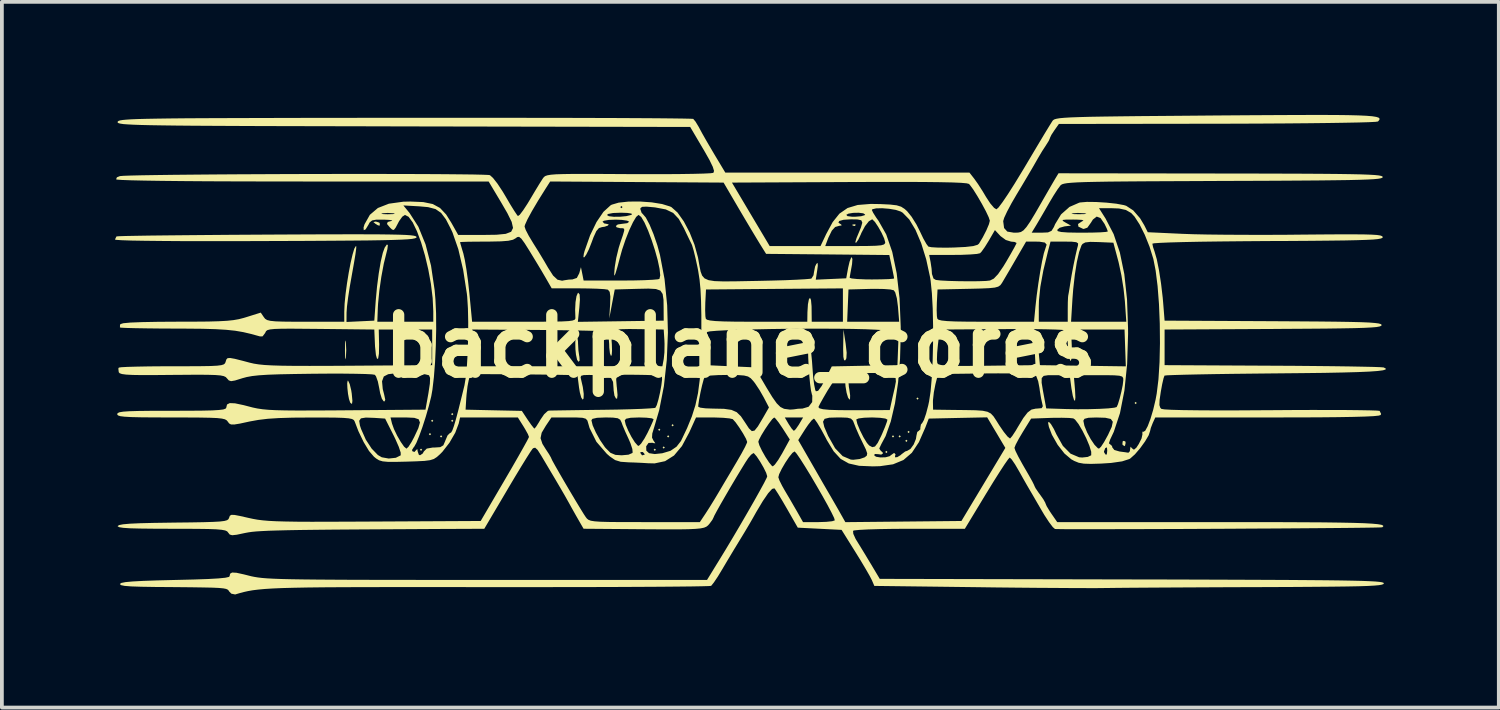
<source format=kicad_pcb>
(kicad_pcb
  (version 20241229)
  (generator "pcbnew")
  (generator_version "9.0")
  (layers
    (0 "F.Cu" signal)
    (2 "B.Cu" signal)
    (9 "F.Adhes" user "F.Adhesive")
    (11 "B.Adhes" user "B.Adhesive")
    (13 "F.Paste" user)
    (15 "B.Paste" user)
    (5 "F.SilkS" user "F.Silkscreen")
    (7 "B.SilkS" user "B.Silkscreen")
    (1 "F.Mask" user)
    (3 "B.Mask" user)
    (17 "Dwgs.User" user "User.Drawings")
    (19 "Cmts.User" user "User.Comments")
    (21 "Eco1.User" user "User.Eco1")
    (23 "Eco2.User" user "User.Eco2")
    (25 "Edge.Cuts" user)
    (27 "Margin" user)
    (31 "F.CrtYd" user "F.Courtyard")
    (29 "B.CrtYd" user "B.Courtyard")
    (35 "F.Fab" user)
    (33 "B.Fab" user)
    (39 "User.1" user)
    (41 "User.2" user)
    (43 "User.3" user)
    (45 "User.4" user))
  (footprint "backplane_cores"
    (layer "F.Cu")
    (at 16.599 6.137)
    (property "Reference" "backplane_cores" (at 0 0 0) (layer "F.SilkS") (effects (font (size 1.524 1.524) (thickness 0.3))))
    (attr board_only exclude_from_pos_files exclude_from_bom)
    (fp_poly (pts (xy -8.447 2.747) (xy -8.477 2.776) (xy -8.506 2.747) (xy -8.477 2.717)) (stroke (width 0) (type solid)) (fill yes) (layer "F.SilkS"))
    (fp_poly (pts (xy -8.211 2.333) (xy -8.24 2.363) (xy -8.27 2.333) (xy -8.24 2.304)) (stroke (width 0) (type solid)) (fill yes) (layer "F.SilkS"))
    (fp_poly (pts (xy -8.152 1.979) (xy -8.181 2.008) (xy -8.211 1.979) (xy -8.181 1.949)) (stroke (width 0) (type solid)) (fill yes) (layer "F.SilkS"))
    (fp_poly (pts (xy -7.915 2.392) (xy -7.945 2.422) (xy -7.974 2.392) (xy -7.945 2.363)) (stroke (width 0) (type solid)) (fill yes) (layer "F.SilkS"))
    (fp_poly (pts (xy -7.62 1.802) (xy -7.65 1.831) (xy -7.679 1.802) (xy -7.65 1.772)) (stroke (width 0) (type solid)) (fill yes) (layer "F.SilkS"))
    (fp_poly (pts (xy -7.62 1.979) (xy -7.65 2.008) (xy -7.679 1.979) (xy -7.65 1.949)) (stroke (width 0) (type solid)) (fill yes) (layer "F.SilkS"))
    (fp_poly (pts (xy -2.245 2.747) (xy -2.274 2.776) (xy -2.304 2.747) (xy -2.274 2.717)) (stroke (width 0) (type solid)) (fill yes) (layer "F.SilkS"))
    (fp_poly (pts (xy -2.127 2.215) (xy -2.156 2.245) (xy -2.186 2.215) (xy -2.156 2.186)) (stroke (width 0) (type solid)) (fill yes) (layer "F.SilkS"))
    (fp_poly (pts (xy -2.008 2.688) (xy -2.038 2.717) (xy -2.067 2.688) (xy -2.038 2.658)) (stroke (width 0) (type solid)) (fill yes) (layer "F.SilkS"))
    (fp_poly (pts (xy -1.89 2.392) (xy -1.92 2.422) (xy -1.949 2.392) (xy -1.92 2.363)) (stroke (width 0) (type solid)) (fill yes) (layer "F.SilkS"))
    (fp_poly (pts (xy -1.772 2.097) (xy -1.802 2.127) (xy -1.831 2.097) (xy -1.802 2.067)) (stroke (width 0) (type solid)) (fill yes) (layer "F.SilkS"))
    (fp_poly (pts (xy 3.899 2.806) (xy 3.869 2.835) (xy 3.84 2.806) (xy 3.869 2.776)) (stroke (width 0) (type solid)) (fill yes) (layer "F.SilkS"))
    (fp_poly (pts (xy 4.076 2.392) (xy 4.046 2.422) (xy 4.017 2.392) (xy 4.046 2.363)) (stroke (width 0) (type solid)) (fill yes) (layer "F.SilkS"))
    (fp_poly (pts (xy 4.253 2.392) (xy 4.223 2.422) (xy 4.194 2.392) (xy 4.223 2.363)) (stroke (width 0) (type solid)) (fill yes) (layer "F.SilkS"))
    (fp_poly (pts (xy 4.43 2.51) (xy 4.401 2.54) (xy 4.371 2.51) (xy 4.401 2.481)) (stroke (width 0) (type solid)) (fill yes) (layer "F.SilkS"))
    (fp_poly (pts (xy 4.489 2.274) (xy 4.46 2.304) (xy 4.43 2.274) (xy 4.46 2.245)) (stroke (width 0) (type solid)) (fill yes) (layer "F.SilkS"))
    (fp_poly (pts (xy 4.726 1.388) (xy 4.696 1.418) (xy 4.667 1.388) (xy 4.696 1.359)) (stroke (width 0) (type solid)) (fill yes) (layer "F.SilkS"))
    (fp_poly (pts (xy 10.514 1.506) (xy 10.485 1.536) (xy 10.455 1.506) (xy 10.485 1.477)) (stroke (width 0) (type solid)) (fill yes) (layer "F.SilkS"))
    (fp_poly (pts (xy 3.052 -3.229) (xy 3.044 -3.194) (xy 3.013 -3.19) (xy 2.964 -3.211) (xy 2.973 -3.229) (xy 3.043 -3.236)) (stroke (width 0) (type solid)) (fill yes) (layer "F.SilkS"))
    (fp_poly (pts (xy 10.21 2.524) (xy 10.219 2.566) (xy 10.2 2.651) (xy 10.148 2.626) (xy 10.133 2.603) (xy 10.14 2.527) (xy 10.159 2.511)) (stroke (width 0) (type solid)) (fill yes) (layer "F.SilkS"))
    (fp_poly (pts (xy -9.585 -3.28) (xy -9.569 -3.249) (xy -9.578 -3.197) (xy -9.63 -3.213) (xy -9.687 -3.249) (xy -9.742 -3.295) (xy -9.686 -3.307) (xy -9.673 -3.307)) (stroke (width 0) (type solid)) (fill yes) (layer "F.SilkS"))
    (fp_poly (pts (xy 2.79 -0.068) (xy 2.817 0.174) (xy 2.809 0.32) (xy 2.782 0.372) (xy 2.748 0.372) (xy 2.729 0.281) (xy 2.724 0.087) (xy 2.725 -0.003) (xy 2.732 -0.443)) (stroke (width 0) (type solid)) (fill yes) (layer "F.SilkS"))
    (fp_poly (pts (xy -10.474 -0.127) (xy -10.471 -0.102) (xy -10.462 0.107) (xy -10.471 0.305) (xy -10.472 0.311) (xy -10.483 0.352) (xy -10.491 0.289) (xy -10.495 0.135) (xy -10.495 0.089) (xy -10.492 -0.079) (xy -10.485 -0.155)) (stroke (width 0) (type solid)) (fill yes) (layer "F.SilkS"))
    (fp_poly (pts (xy -10.411 0.916) (xy -10.369 1.006) (xy -10.33 1.167) (xy -10.316 1.255) (xy -10.298 1.449) (xy -10.309 1.532) (xy -10.348 1.506) (xy -10.358 1.492) (xy -10.389 1.401) (xy -10.415 1.262) (xy -10.431 1.11) (xy -10.436 0.982) (xy -10.424 0.914)) (stroke (width 0) (type solid)) (fill yes) (layer "F.SilkS"))
    (fp_poly (pts (xy -4.328 -0.241) (xy -4.312 -0.124) (xy -4.311 -0.077) (xy -4.301 0.11) (xy -4.278 0.268) (xy -4.275 0.281) (xy -4.269 0.383) (xy -4.3 0.413) (xy -4.336 0.36) (xy -4.366 0.222) (xy -4.38 0.083) (xy -4.384 -0.102) (xy -4.373 -0.234) (xy -4.356 -0.275)) (stroke (width 0) (type solid)) (fill yes) (layer "F.SilkS"))
    (fp_poly (pts (xy -10.031 -2.97) (xy -9.635 -2.969) (xy -9.318 -2.965) (xy -9.07 -2.96) (xy -8.884 -2.953) (xy -8.752 -2.944) (xy -8.665 -2.932) (xy -8.616 -2.918) (xy -8.596 -2.901) (xy -8.595 -2.894) (xy -8.606 -2.877) (xy -8.644 -2.862) (xy -8.717 -2.848) (xy -8.833 -2.837) (xy -9.001 -2.828) (xy -9.228 -2.82) (xy -9.522 -2.813) (xy -9.891 -2.807) (xy -10.343 -2.803) (xy -10.886 -2.799) (xy -11.528 -2.795) (xy -12.278 -2.792) (xy -12.597 -2.791) (xy -13.412 -2.788) (xy -14.145 -2.788) (xy -14.792 -2.789) (xy -15.347 -2.793) (xy -15.807 -2.798) (xy -16.167 -2.804) (xy -16.421 -2.813) (xy -16.565 -2.823) (xy -16.599 -2.831) (xy -16.56 -2.911) (xy -16.554 -2.914) (xy -16.489 -2.919) (xy -16.316 -2.925) (xy -16.044 -2.93) (xy -15.683 -2.936) (xy -15.243 -2.941) (xy -14.735 -2.946) (xy -14.167 -2.951) (xy -13.549 -2.956) (xy -12.892 -2.96) (xy -12.552 -2.962) (xy -11.765 -2.966) (xy -11.088 -2.969) (xy -10.512 -2.97)) (stroke (width 0) (type solid)) (fill yes) (layer "F.SilkS"))
    (fp_poly (pts (xy 15.757 -6.136) (xy 16.112 -6.132) (xy 16.394 -6.125) (xy 16.609 -6.115) (xy 16.765 -6.102) (xy 16.87 -6.085) (xy 16.932 -6.065) (xy 16.957 -6.04) (xy 16.953 -6.01) (xy 16.927 -5.976) (xy 16.914 -5.963) (xy 16.848 -5.954) (xy 16.672 -5.945) (xy 16.397 -5.937) (xy 16.03 -5.93) (xy 15.582 -5.923) (xy 15.062 -5.917) (xy 14.478 -5.912) (xy 13.84 -5.908) (xy 13.156 -5.905) (xy 12.655 -5.904) (xy 8.448 -5.898) (xy 8.33 -5.731) (xy 8.249 -5.608) (xy 8.211 -5.528) (xy 8.211 -5.523) (xy 8.18 -5.451) (xy 8.105 -5.332) (xy 8.101 -5.325) (xy 8.005 -5.178) (xy 7.891 -4.986) (xy 7.844 -4.903) (xy 7.752 -4.743) (xy 7.618 -4.515) (xy 7.462 -4.252) (xy 7.333 -4.038) (xy 7.19 -3.792) (xy 7.074 -3.574) (xy 6.996 -3.407) (xy 6.97 -3.319) (xy 6.994 -3.136) (xy 7.08 -3.042) (xy 7.251 -3.013) (xy 7.271 -3.013) (xy 7.364 -3.015) (xy 7.44 -3.031) (xy 7.51 -3.076) (xy 7.588 -3.163) (xy 7.686 -3.306) (xy 7.816 -3.521) (xy 7.989 -3.82) (xy 8.034 -3.899) (xy 8.16 -4.117) (xy 8.271 -4.309) (xy 8.349 -4.442) (xy 8.363 -4.465) (xy 8.438 -4.589) (xy 12.74 -4.583) (xy 13.563 -4.582) (xy 14.277 -4.58) (xy 14.887 -4.578) (xy 15.403 -4.575) (xy 15.831 -4.571) (xy 16.18 -4.566) (xy 16.457 -4.56) (xy 16.67 -4.552) (xy 16.826 -4.543) (xy 16.934 -4.532) (xy 17 -4.519) (xy 17.034 -4.504) (xy 17.042 -4.489) (xy 17.031 -4.472) (xy 16.993 -4.457) (xy 16.921 -4.444) (xy 16.806 -4.433) (xy 16.641 -4.424) (xy 16.419 -4.416) (xy 16.13 -4.409) (xy 15.768 -4.404) (xy 15.325 -4.399) (xy 14.792 -4.395) (xy 14.163 -4.391) (xy 13.43 -4.388) (xy 12.812 -4.386) (xy 12.001 -4.382) (xy 11.3 -4.379) (xy 10.7 -4.376) (xy 10.194 -4.372) (xy 9.774 -4.368) (xy 9.431 -4.362) (xy 9.156 -4.356) (xy 8.943 -4.348) (xy 8.782 -4.338) (xy 8.666 -4.327) (xy 8.586 -4.313) (xy 8.535 -4.298) (xy 8.503 -4.279) (xy 8.49 -4.267) (xy 8.414 -4.164) (xy 8.305 -3.995) (xy 8.195 -3.81) (xy 8.067 -3.588) (xy 7.941 -3.372) (xy 7.86 -3.234) (xy 7.726 -3.013) (xy 7.992 -3.013) (xy 8.159 -3.02) (xy 8.252 -3.061) (xy 8.268 -3.086) (xy 8.402 -3.086) (xy 8.42 -3.053) (xy 8.51 -3.031) (xy 8.684 -3.018) (xy 8.959 -3.013) (xy 9.062 -3.013) (xy 9.331 -3.015) (xy 9.55 -3.022) (xy 9.696 -3.033) (xy 9.747 -3.045) (xy 9.722 -3.115) (xy 9.663 -3.239) (xy 9.66 -3.245) (xy 9.553 -3.401) (xy 9.452 -3.44) (xy 9.351 -3.362) (xy 9.301 -3.282) (xy 9.204 -3.146) (xy 9.107 -3.112) (xy 9.087 -3.116) (xy 8.966 -3.173) (xy 8.956 -3.243) (xy 9.049 -3.305) (xy 9.101 -3.335) (xy 9.063 -3.352) (xy 8.924 -3.36) (xy 8.831 -3.361) (xy 8.64 -3.36) (xy 8.552 -3.351) (xy 8.55 -3.327) (xy 8.621 -3.283) (xy 8.623 -3.282) (xy 8.77 -3.2) (xy 8.598 -3.18) (xy 8.467 -3.143) (xy 8.402 -3.086) (xy 8.268 -3.086) (xy 8.316 -3.164) (xy 8.348 -3.24) (xy 8.504 -3.496) (xy 8.524 -3.515) (xy 8.78 -3.515) (xy 8.847 -3.506) (xy 8.979 -3.503) (xy 9.124 -3.506) (xy 9.179 -3.516) (xy 9.141 -3.527) (xy 8.95 -3.537) (xy 8.816 -3.527) (xy 8.78 -3.515) (xy 8.524 -3.515) (xy 8.691 -3.662) (xy 9.513 -3.662) (xy 9.687 -3.387) (xy 9.901 -2.975) (xy 10.066 -2.486) (xy 10.184 -1.913) (xy 10.256 -1.246) (xy 10.283 -0.48) (xy 10.284 -0.325) (xy 10.259 0.475) (xy 10.187 1.176) (xy 10.069 1.776) (xy 9.905 2.271) (xy 9.809 2.475) (xy 9.775 2.577) (xy 9.804 2.599) (xy 9.858 2.647) (xy 9.865 2.684) (xy 9.919 2.753) (xy 10.057 2.793) (xy 10.202 2.812) (xy 10.291 2.826) (xy 10.293 2.826) (xy 10.331 2.786) (xy 10.338 2.732) (xy 10.349 2.665) (xy 10.39 2.71) (xy 10.392 2.712) (xy 10.44 2.746) (xy 10.504 2.692) (xy 10.568 2.594) (xy 10.641 2.448) (xy 10.666 2.334) (xy 10.663 2.315) (xy 10.665 2.265) (xy 10.688 2.272) (xy 10.739 2.243) (xy 10.805 2.121) (xy 10.878 1.928) (xy 10.95 1.687) (xy 11.013 1.421) (xy 11.043 1.261) (xy 11.09 0.879) (xy 11.119 0.422) (xy 11.13 -0.082) (xy 11.125 -0.604) (xy 11.104 -1.118) (xy 11.067 -1.596) (xy 11.015 -2.01) (xy 10.955 -2.314) (xy 10.854 -2.64) (xy 10.728 -2.955) (xy 10.59 -3.231) (xy 10.454 -3.441) (xy 10.366 -3.535) (xy 10.225 -3.616) (xy 10.044 -3.655) (xy 9.858 -3.662) (xy 9.513 -3.662) (xy 8.691 -3.662) (xy 8.728 -3.696) (xy 8.987 -3.809) (xy 9.013 -3.815) (xy 9.192 -3.83) (xy 9.439 -3.827) (xy 9.712 -3.81) (xy 9.971 -3.782) (xy 10.172 -3.745) (xy 10.234 -3.726) (xy 10.421 -3.604) (xy 10.602 -3.396) (xy 10.713 -3.211) (xy 10.806 -3.025) (xy 11.733 -2.982) (xy 12.015 -2.972) (xy 12.395 -2.964) (xy 12.849 -2.959) (xy 13.357 -2.956) (xy 13.898 -2.955) (xy 14.45 -2.957) (xy 14.851 -2.961) (xy 15.423 -2.966) (xy 15.888 -2.969) (xy 16.256 -2.969) (xy 16.538 -2.967) (xy 16.746 -2.961) (xy 16.889 -2.952) (xy 16.979 -2.938) (xy 17.026 -2.92) (xy 17.041 -2.898) (xy 17.042 -2.894) (xy 17.03 -2.874) (xy 16.99 -2.858) (xy 16.911 -2.843) (xy 16.785 -2.831) (xy 16.602 -2.822) (xy 16.354 -2.814) (xy 16.032 -2.807) (xy 15.626 -2.802) (xy 15.126 -2.797) (xy 14.525 -2.793) (xy 13.985 -2.791) (xy 13.323 -2.786) (xy 12.725 -2.78) (xy 12.2 -2.773) (xy 11.754 -2.764) (xy 11.397 -2.754) (xy 11.135 -2.743) (xy 10.976 -2.732) (xy 10.928 -2.721) (xy 10.947 -2.629) (xy 10.986 -2.514) (xy 11.046 -2.306) (xy 11.105 -2.012) (xy 11.159 -1.663) (xy 11.203 -1.289) (xy 11.215 -1.152) (xy 11.253 -0.679) (xy 14.132 -0.664) (xy 14.798 -0.66) (xy 15.354 -0.656) (xy 15.812 -0.651) (xy 16.178 -0.645) (xy 16.465 -0.638) (xy 16.679 -0.629) (xy 16.832 -0.617) (xy 16.932 -0.604) (xy 16.988 -0.588) (xy 17.011 -0.569) (xy 17.012 -0.561) (xy 17 -0.541) (xy 16.957 -0.524) (xy 16.874 -0.509) (xy 16.741 -0.498) (xy 16.55 -0.488) (xy 16.291 -0.48) (xy 15.954 -0.474) (xy 15.531 -0.468) (xy 15.012 -0.464) (xy 14.387 -0.46) (xy 14.132 -0.458) (xy 11.253 -0.443) (xy 11.253 0.502) (xy 14.118 0.517) (xy 14.69 0.52) (xy 15.228 0.525) (xy 15.72 0.53) (xy 16.153 0.536) (xy 16.515 0.543) (xy 16.796 0.549) (xy 16.983 0.556) (xy 17.065 0.563) (xy 17.066 0.563) (xy 17.122 0.592) (xy 17.118 0.617) (xy 17.048 0.639) (xy 16.907 0.657) (xy 16.686 0.673) (xy 16.38 0.686) (xy 15.982 0.697) (xy 15.485 0.707) (xy 14.884 0.714) (xy 14.171 0.721) (xy 14.163 0.721) (xy 13.592 0.727) (xy 13.056 0.733) (xy 12.568 0.74) (xy 12.14 0.748) (xy 11.783 0.756) (xy 11.508 0.764) (xy 11.328 0.771) (xy 11.253 0.779) (xy 11.251 0.779) (xy 11.225 0.851) (xy 11.189 1.006) (xy 11.152 1.209) (xy 11.12 1.429) (xy 11.115 1.561) (xy 11.14 1.635) (xy 11.169 1.663) (xy 11.249 1.676) (xy 11.441 1.687) (xy 11.739 1.695) (xy 12.137 1.7) (xy 12.631 1.703) (xy 13.213 1.702) (xy 13.878 1.698) (xy 14.071 1.697) (xy 14.639 1.693) (xy 15.171 1.691) (xy 15.656 1.692) (xy 16.081 1.693) (xy 16.436 1.697) (xy 16.709 1.702) (xy 16.887 1.708) (xy 16.959 1.716) (xy 16.959 1.717) (xy 16.997 1.793) (xy 16.987 1.825) (xy 16.935 1.841) (xy 16.8 1.855) (xy 16.576 1.866) (xy 16.257 1.875) (xy 15.84 1.882) (xy 15.32 1.887) (xy 14.691 1.889) (xy 13.976 1.89) (xy 11.006 1.89) (xy 10.937 2.041) (xy 10.887 2.17) (xy 10.869 2.247) (xy 10.831 2.362) (xy 10.734 2.527) (xy 10.604 2.707) (xy 10.465 2.869) (xy 10.342 2.979) (xy 10.316 2.994) (xy 10.126 3.055) (xy 9.832 3.097) (xy 9.569 3.114) (xy 9.297 3.122) (xy 9.11 3.116) (xy 8.974 3.092) (xy 8.858 3.045) (xy 8.778 3.001) (xy 8.596 2.847) (xy 8.415 2.616) (xy 8.263 2.349) (xy 8.183 2.141) (xy 8.161 2.028) (xy 8.183 2.007) (xy 8.238 2.067) (xy 8.315 2.196) (xy 8.381 2.336) (xy 8.554 2.644) (xy 8.757 2.85) (xy 8.985 2.947) (xy 9.068 2.953) (xy 9.214 2.937) (xy 9.303 2.895) (xy 9.306 2.891) (xy 9.306 2.799) (xy 9.304 2.795) (xy 9.644 2.795) (xy 9.655 2.83) (xy 9.701 2.888) (xy 9.723 2.849) (xy 9.731 2.767) (xy 9.723 2.684) (xy 9.678 2.703) (xy 9.644 2.795) (xy 9.304 2.795) (xy 9.257 2.639) (xy 9.174 2.442) (xy 9.073 2.241) (xy 8.969 2.065) (xy 8.9 1.976) (xy 9.097 1.976) (xy 9.125 2.111) (xy 9.196 2.285) (xy 9.292 2.465) (xy 9.394 2.616) (xy 9.482 2.706) (xy 9.513 2.717) (xy 9.565 2.668) (xy 9.649 2.54) (xy 9.748 2.36) (xy 9.751 2.355) (xy 9.85 2.141) (xy 9.879 2.005) (xy 9.826 1.93) (xy 9.679 1.898) (xy 9.436 1.891) (xy 9.234 1.898) (xy 9.128 1.925) (xy 9.097 1.976) (xy 9.097 1.976) (xy 8.9 1.976) (xy 8.877 1.946) (xy 8.831 1.915) (xy 8.719 1.903) (xy 8.525 1.898) (xy 8.286 1.9) (xy 8.212 1.902) (xy 7.711 1.92) (xy 7.492 2.274) (xy 7.382 2.46) (xy 7.302 2.611) (xy 7.269 2.696) (xy 7.269 2.698) (xy 7.296 2.777) (xy 7.371 2.929) (xy 7.48 3.127) (xy 7.531 3.216) (xy 7.65 3.421) (xy 7.742 3.586) (xy 7.792 3.686) (xy 7.797 3.703) (xy 7.83 3.769) (xy 7.912 3.889) (xy 7.945 3.933) (xy 8.038 4.065) (xy 8.089 4.157) (xy 8.093 4.172) (xy 8.124 4.244) (xy 8.202 4.373) (xy 8.248 4.442) (xy 8.404 4.667) (xy 12.705 4.667) (xy 13.552 4.667) (xy 14.289 4.668) (xy 14.921 4.671) (xy 15.455 4.674) (xy 15.9 4.68) (xy 16.26 4.687) (xy 16.544 4.696) (xy 16.758 4.708) (xy 16.91 4.722) (xy 17.005 4.738) (xy 17.051 4.758) (xy 17.056 4.781) (xy 17.027 4.805) (xy 16.965 4.808) (xy 16.795 4.812) (xy 16.531 4.816) (xy 16.182 4.82) (xy 15.76 4.824) (xy 15.276 4.828) (xy 14.743 4.832) (xy 14.17 4.836) (xy 13.57 4.839) (xy 12.954 4.843) (xy 12.332 4.846) (xy 11.718 4.849) (xy 11.12 4.851) (xy 10.552 4.853) (xy 10.025 4.854) (xy 9.548 4.855) (xy 9.135 4.855) (xy 8.797 4.855) (xy 8.544 4.854) (xy 8.388 4.851) (xy 8.345 4.85) (xy 8.286 4.799) (xy 8.187 4.668) (xy 8.063 4.479) (xy 7.991 4.357) (xy 7.861 4.134) (xy 7.749 3.941) (xy 7.671 3.808) (xy 7.65 3.772) (xy 7.592 3.672) (xy 7.497 3.505) (xy 7.39 3.314) (xy 7.285 3.135) (xy 7.197 3.006) (xy 7.145 2.954) (xy 7.144 2.953) (xy 7.1 3.002) (xy 7.006 3.136) (xy 6.873 3.34) (xy 6.71 3.598) (xy 6.528 3.895) (xy 6.525 3.899) (xy 5.953 4.844) (xy 4.486 4.844) (xy 4.068 4.846) (xy 3.698 4.852) (xy 3.389 4.861) (xy 3.158 4.873) (xy 3.02 4.887) (xy 2.986 4.898) (xy 2.993 4.978) (xy 3.053 5.11) (xy 3.076 5.149) (xy 3.167 5.296) (xy 3.294 5.504) (xy 3.43 5.73) (xy 3.448 5.759) (xy 3.695 6.173) (xy 10.383 6.188) (xy 11.424 6.19) (xy 12.353 6.193) (xy 13.176 6.196) (xy 13.899 6.199) (xy 14.529 6.202) (xy 15.072 6.206) (xy 15.534 6.21) (xy 15.922 6.215) (xy 16.24 6.221) (xy 16.497 6.227) (xy 16.697 6.235) (xy 16.847 6.243) (xy 16.953 6.253) (xy 17.022 6.264) (xy 17.059 6.276) (xy 17.071 6.29) (xy 17.071 6.291) (xy 17.06 6.31) (xy 17.02 6.326) (xy 16.943 6.34) (xy 16.821 6.351) (xy 16.644 6.361) (xy 16.404 6.369) (xy 16.093 6.375) (xy 15.701 6.38) (xy 15.22 6.384) (xy 14.642 6.388) (xy 13.958 6.391) (xy 13.66 6.392) (xy 13.015 6.394) (xy 12.389 6.397) (xy 11.795 6.4) (xy 11.246 6.403) (xy 10.755 6.406) (xy 10.334 6.409) (xy 9.997 6.412) (xy 9.757 6.415) (xy 9.658 6.416) (xy 9.476 6.418) (xy 9.19 6.418) (xy 8.817 6.417) (xy 8.371 6.414) (xy 7.867 6.411) (xy 7.321 6.406) (xy 6.747 6.4) (xy 6.309 6.394) (xy 3.551 6.36) (xy 3.486 6.208) (xy 3.429 6.097) (xy 3.324 5.914) (xy 3.187 5.684) (xy 3.051 5.464) (xy 2.682 4.873) (xy 1.52 4.814) (xy 1.238 4.321) (xy 1.11 4.101) (xy 1 3.919) (xy 0.922 3.799) (xy 0.899 3.77) (xy 0.839 3.786) (xy 0.734 3.901) (xy 0.591 4.11) (xy 0.416 4.403) (xy 0.337 4.544) (xy 0.249 4.697) (xy 0.125 4.906) (xy -0.009 5.127) (xy -0.014 5.135) (xy -0.174 5.398) (xy -0.351 5.693) (xy -0.486 5.921) (xy -0.604 6.116) (xy -0.707 6.269) (xy -0.774 6.353) (xy -0.782 6.359) (xy -0.849 6.364) (xy -1.025 6.369) (xy -1.304 6.374) (xy -1.677 6.378) (xy -2.136 6.382) (xy -2.672 6.385) (xy -3.279 6.388) (xy -3.947 6.39) (xy -4.669 6.391) (xy -5.436 6.392) (xy -6.241 6.392) (xy -6.699 6.392) (xy -7.678 6.391) (xy -8.547 6.39) (xy -9.312 6.391) (xy -9.982 6.392) (xy -10.564 6.394) (xy -11.065 6.397) (xy -11.492 6.402) (xy -11.854 6.409) (xy -12.158 6.417) (xy -12.411 6.428) (xy -12.621 6.441) (xy -12.795 6.457) (xy -12.941 6.475) (xy -13.067 6.497) (xy -13.179 6.522) (xy -13.285 6.55) (xy -13.393 6.582) (xy -13.409 6.587) (xy -13.51 6.566) (xy -13.564 6.512) (xy -13.583 6.482) (xy -13.608 6.458) (xy -13.651 6.439) (xy -13.724 6.425) (xy -13.841 6.414) (xy -14.012 6.406) (xy -14.251 6.401) (xy -14.571 6.396) (xy -14.983 6.392) (xy -15.5 6.388) (xy -15.526 6.388) (xy -15.899 6.382) (xy -16.168 6.373) (xy -16.344 6.359) (xy -16.439 6.339) (xy -16.467 6.311) (xy -16.466 6.306) (xy -16.426 6.28) (xy -16.318 6.259) (xy -16.132 6.242) (xy -15.857 6.227) (xy -15.485 6.214) (xy -15.004 6.202) (xy -14.999 6.202) (xy -14.509 6.19) (xy -14.13 6.177) (xy -13.853 6.161) (xy -13.671 6.143) (xy -13.576 6.122) (xy -13.557 6.104) (xy -13.543 6.036) (xy -13.49 6.005) (xy -13.375 6.011) (xy -13.179 6.054) (xy -13.052 6.086) (xy -12.976 6.105) (xy -12.895 6.121) (xy -12.803 6.136) (xy -12.692 6.149) (xy -12.555 6.16) (xy -12.384 6.169) (xy -12.172 6.177) (xy -11.912 6.183) (xy -11.596 6.188) (xy -11.216 6.192) (xy -10.767 6.195) (xy -10.239 6.198) (xy -9.626 6.199) (xy -8.921 6.2) (xy -8.115 6.201) (xy -7.202 6.201) (xy -6.75 6.201) (xy -0.889 6.202) (xy -0.789 6.04) (xy -0.684 5.868) (xy -0.58 5.7) (xy -0.395 5.397) (xy -0.199 5.07) (xy -0.001 4.734) (xy 0.19 4.405) (xy 0.364 4.101) (xy 0.512 3.837) (xy 0.625 3.63) (xy 0.693 3.495) (xy 0.7 3.477) (xy 1.004 3.477) (xy 1.033 3.561) (xy 1.106 3.707) (xy 1.172 3.824) (xy 1.307 4.052) (xy 1.449 4.298) (xy 1.5 4.386) (xy 1.659 4.667) (xy 2.066 4.667) (xy 2.274 4.66) (xy 2.43 4.644) (xy 2.502 4.621) (xy 2.502 4.621) (xy 2.484 4.556) (xy 2.414 4.412) (xy 2.306 4.208) (xy 2.17 3.964) (xy 2.018 3.701) (xy 1.863 3.437) (xy 1.715 3.195) (xy 1.587 2.993) (xy 1.49 2.852) (xy 1.437 2.792) (xy 1.435 2.792) (xy 1.379 2.829) (xy 1.29 2.939) (xy 1.188 3.092) (xy 1.093 3.255) (xy 1.025 3.396) (xy 1.004 3.477) (xy 0.7 3.477) (xy 0.709 3.452) (xy 0.681 3.36) (xy 0.611 3.218) (xy 0.52 3.061) (xy 0.429 2.924) (xy 0.36 2.844) (xy 0.343 2.835) (xy 0.281 2.878) (xy 0.206 2.968) (xy 0.132 3.08) (xy 0.022 3.259) (xy -0.113 3.482) (xy -0.259 3.728) (xy -0.403 3.975) (xy -0.533 4.201) (xy -0.635 4.384) (xy -0.698 4.502) (xy -0.711 4.534) (xy -0.747 4.607) (xy -0.826 4.714) (xy -0.863 4.755) (xy -0.905 4.788) (xy -0.966 4.814) (xy -1.056 4.833) (xy -1.19 4.846) (xy -1.378 4.855) (xy -1.633 4.859) (xy -1.967 4.859) (xy -2.394 4.857) (xy -2.924 4.853) (xy -3.013 4.852) (xy -4.164 4.843) (xy -4.275 4.651) (xy -4.369 4.487) (xy -4.486 4.279) (xy -4.549 4.164) (xy -4.67 3.949) (xy -4.817 3.697) (xy -4.924 3.515) (xy -5.061 3.285) (xy -5.199 3.052) (xy -5.289 2.9) (xy -5.384 2.751) (xy -5.449 2.692) (xy -5.503 2.707) (xy -5.519 2.723) (xy -5.572 2.798) (xy -5.674 2.958) (xy -5.814 3.185) (xy -5.983 3.464) (xy -6.169 3.777) (xy -6.197 3.825) (xy -6.799 4.844) (xy -7.047 4.845) (xy -8.004 4.849) (xy -8.851 4.854) (xy -9.594 4.858) (xy -10.241 4.862) (xy -10.8 4.866) (xy -11.277 4.871) (xy -11.68 4.876) (xy -12.017 4.882) (xy -12.294 4.889) (xy -12.52 4.896) (xy -12.701 4.905) (xy -12.845 4.914) (xy -12.96 4.925) (xy -13.052 4.938) (xy -13.129 4.952) (xy -13.164 4.959) (xy -13.368 5.002) (xy -13.488 5.015) (xy -13.553 4.997) (xy -13.594 4.946) (xy -13.595 4.944) (xy -13.622 4.912) (xy -13.675 4.888) (xy -13.766 4.871) (xy -13.91 4.858) (xy -14.121 4.85) (xy -14.413 4.846) (xy -14.8 4.844) (xy -15.1 4.844) (xy -15.569 4.842) (xy -15.93 4.838) (xy -16.196 4.831) (xy -16.376 4.819) (xy -16.481 4.803) (xy -16.524 4.782) (xy -16.525 4.77) (xy -16.487 4.745) (xy -16.383 4.725) (xy -16.204 4.709) (xy -15.94 4.697) (xy -15.579 4.688) (xy -15.111 4.681) (xy -15.05 4.68) (xy -14.598 4.675) (xy -14.251 4.669) (xy -13.993 4.661) (xy -13.812 4.651) (xy -13.694 4.636) (xy -13.623 4.616) (xy -13.587 4.589) (xy -13.571 4.555) (xy -13.57 4.553) (xy -13.551 4.5) (xy -13.512 4.475) (xy -13.428 4.476) (xy -13.277 4.505) (xy -13.057 4.555) (xy -12.937 4.581) (xy -12.815 4.603) (xy -12.679 4.62) (xy -12.518 4.634) (xy -12.32 4.644) (xy -12.072 4.651) (xy -11.765 4.656) (xy -11.385 4.658) (xy -10.921 4.657) (xy -10.362 4.655) (xy -9.733 4.652) (xy -6.894 4.637) (xy -6.254 3.544) (xy -6.065 3.22) (xy -5.898 2.929) (xy -5.762 2.688) (xy -5.665 2.513) (xy -5.628 2.44) (xy -5.306 2.44) (xy -5.256 2.59) (xy -5.169 2.73) (xy -5.079 2.867) (xy -5.027 2.959) (xy -5.021 2.975) (xy -4.993 3.035) (xy -4.916 3.174) (xy -4.804 3.37) (xy -4.669 3.603) (xy -4.524 3.849) (xy -4.382 4.088) (xy -4.255 4.298) (xy -4.157 4.457) (xy -4.106 4.534) (xy -4.074 4.575) (xy -4.034 4.606) (xy -3.971 4.63) (xy -3.871 4.646) (xy -3.719 4.657) (xy -3.501 4.663) (xy -3.202 4.666) (xy -2.807 4.666) (xy -2.545 4.667) (xy -1.079 4.667) (xy -0.931 4.445) (xy -0.821 4.274) (xy -0.685 4.053) (xy -0.575 3.869) (xy -0.442 3.643) (xy -0.279 3.369) (xy -0.12 3.1) (xy -0.095 3.058) (xy 0.026 2.848) (xy 0.12 2.674) (xy 0.171 2.563) (xy 0.177 2.54) (xy 0.176 2.536) (xy 0.473 2.536) (xy 0.501 2.631) (xy 0.571 2.777) (xy 0.663 2.939) (xy 0.757 3.083) (xy 0.832 3.174) (xy 0.857 3.188) (xy 0.912 3.14) (xy 1.003 3.014) (xy 1.109 2.837) (xy 1.112 2.831) (xy 1.298 2.491) (xy 1.532 2.491) (xy 1.894 3.121) (xy 2.047 3.387) (xy 2.19 3.636) (xy 2.307 3.838) (xy 2.377 3.958) (xy 2.484 4.143) (xy 2.606 4.355) (xy 2.64 4.416) (xy 2.782 4.668) (xy 5.862 4.637) (xy 6.445 3.667) (xy 7.027 2.698) (xy 6.91 2.501) (xy 6.797 2.31) (xy 6.678 2.111) (xy 6.669 2.095) (xy 6.545 1.887) (xy 5.77 1.903) (xy 4.995 1.92) (xy 4.904 2.158) (xy 4.734 2.545) (xy 4.547 2.827) (xy 4.324 3.019) (xy 4.048 3.133) (xy 3.7 3.183) (xy 3.509 3.188) (xy 3.148 3.173) (xy 2.873 3.111) (xy 2.657 2.989) (xy 2.472 2.788) (xy 2.292 2.492) (xy 2.254 2.418) (xy 2.138 2.203) (xy 2.037 2.035) (xy 2.014 2.003) (xy 2.19 2.003) (xy 2.223 2.143) (xy 2.32 2.368) (xy 2.326 2.381) (xy 2.51 2.707) (xy 2.711 2.916) (xy 2.927 3.008) (xy 2.992 3.013) (xy 3.163 2.993) (xy 3.295 2.948) (xy 3.296 2.947) (xy 3.351 2.903) (xy 3.362 2.843) (xy 3.326 2.738) (xy 3.246 2.573) (xy 3.146 2.366) (xy 3.06 2.169) (xy 3.025 2.078) (xy 2.985 1.977) (xy 2.953 1.944) (xy 3.072 1.944) (xy 3.1 2.061) (xy 3.171 2.233) (xy 3.262 2.415) (xy 3.354 2.565) (xy 3.413 2.633) (xy 3.497 2.678) (xy 3.568 2.661) (xy 3.64 2.567) (xy 3.733 2.38) (xy 3.758 2.324) (xy 3.834 2.143) (xy 3.885 2.004) (xy 3.899 1.948) (xy 3.844 1.919) (xy 3.702 1.899) (xy 3.5 1.89) (xy 3.485 1.89) (xy 3.281 1.897) (xy 3.134 1.916) (xy 3.072 1.942) (xy 3.072 1.944) (xy 2.953 1.944) (xy 2.931 1.921) (xy 2.834 1.896) (xy 2.661 1.89) (xy 2.573 1.89) (xy 2.355 1.896) (xy 2.231 1.927) (xy 2.19 2.003) (xy 2.014 2.003) (xy 1.967 1.936) (xy 1.945 1.92) (xy 1.889 1.966) (xy 1.795 2.085) (xy 1.713 2.206) (xy 1.532 2.491) (xy 1.298 2.491) (xy 1.308 2.475) (xy 1.12 2.182) (xy 1.014 2.026) (xy 0.93 1.92) (xy 0.894 1.89) (xy 1.175 1.89) (xy 1.279 2.067) (xy 1.358 2.186) (xy 1.413 2.244) (xy 1.418 2.245) (xy 1.467 2.199) (xy 1.544 2.087) (xy 1.556 2.067) (xy 1.661 1.89) (xy 1.175 1.89) (xy 0.894 1.89) (xy 0.841 1.936) (xy 0.753 2.052) (xy 0.65 2.204) (xy 0.555 2.359) (xy 0.49 2.483) (xy 0.473 2.536) (xy 0.176 2.536) (xy 0.146 2.455) (xy 0.068 2.315) (xy -0.033 2.156) (xy -0.132 2.017) (xy -0.205 1.936) (xy -0.206 1.935) (xy -0.291 1.915) (xy -0.459 1.899) (xy -0.679 1.891) (xy -0.723 1.891) (xy -1.18 1.89) (xy -1.361 2.289) (xy -1.554 2.649) (xy -1.764 2.9) (xy -2.002 3.05) (xy -2.279 3.109) (xy -2.451 3.105) (xy -2.612 3.095) (xy -2.83 3.085) (xy -2.968 3.081) (xy -3.179 3.066) (xy -3.327 3.021) (xy -3.467 2.925) (xy -3.548 2.854) (xy -3.824 2.535) (xy -4.005 2.171) (xy -4.039 2.053) (xy -4.063 1.972) (xy -4.07 1.964) (xy -3.956 1.964) (xy -3.923 2.099) (xy -3.839 2.288) (xy -3.725 2.493) (xy -3.602 2.673) (xy -3.578 2.702) (xy -3.451 2.828) (xy -3.319 2.883) (xy -3.153 2.894) (xy -2.973 2.878) (xy -2.871 2.834) (xy -2.87 2.832) (xy -2.658 2.832) (xy -2.615 2.892) (xy -2.599 2.894) (xy -2.542 2.874) (xy -2.54 2.868) (xy -2.581 2.818) (xy -2.599 2.806) (xy -2.654 2.81) (xy -2.658 2.832) (xy -2.87 2.832) (xy -2.862 2.819) (xy -2.87 2.728) (xy -2.921 2.572) (xy -2.974 2.45) (xy -3.062 2.258) (xy -3.132 2.091) (xy -3.156 2.023) (xy -3.183 1.968) (xy -3.072 1.968) (xy -3.046 2.081) (xy -2.98 2.238) (xy -2.894 2.405) (xy -2.804 2.548) (xy -2.729 2.634) (xy -2.7 2.645) (xy -2.638 2.584) (xy -2.548 2.448) (xy -2.468 2.301) (xy -2.383 2.124) (xy -2.324 1.989) (xy -2.306 1.935) (xy -2.358 1.912) (xy -2.499 1.896) (xy -2.688 1.89) (xy -2.913 1.898) (xy -3.036 1.924) (xy -3.072 1.968) (xy -3.183 1.968) (xy -3.191 1.951) (xy -3.257 1.911) (xy -3.384 1.894) (xy -3.578 1.89) (xy -3.807 1.899) (xy -3.929 1.927) (xy -3.956 1.964) (xy -4.07 1.964) (xy -4.106 1.924) (xy -4.192 1.899) (xy -4.349 1.891) (xy -4.547 1.89) (xy -5.017 1.89) (xy -5.166 2.111) (xy -5.276 2.296) (xy -5.306 2.44) (xy -5.628 2.44) (xy -5.617 2.417) (xy -5.613 2.406) (xy -5.641 2.333) (xy -5.715 2.2) (xy -5.76 2.125) (xy -5.908 1.89) (xy -7.441 1.89) (xy -7.478 2.053) (xy -7.569 2.295) (xy -7.723 2.561) (xy -7.91 2.801) (xy -7.973 2.865) (xy -8.057 2.94) (xy -8.137 2.992) (xy -8.239 3.024) (xy -8.388 3.043) (xy -8.61 3.054) (xy -8.854 3.062) (xy -9.152 3.069) (xy -9.357 3.068) (xy -9.494 3.055) (xy -9.59 3.027) (xy -9.668 2.979) (xy -9.727 2.931) (xy -9.857 2.78) (xy -9.999 2.545) (xy -10.138 2.256) (xy -10.239 1.994) (xy -10.248 1.979) (xy -10.118 1.979) (xy -10.099 2.102) (xy -10.067 2.198) (xy -9.943 2.478) (xy -9.787 2.717) (xy -9.622 2.887) (xy -9.519 2.947) (xy -9.334 2.98) (xy -9.146 2.96) (xy -9.016 2.895) (xy -9.017 2.822) (xy -9.067 2.671) (xy -9.156 2.467) (xy -9.197 2.382) (xy -9.43 1.92) (xy -9.714 1.901) (xy -9.943 1.893) (xy -10.072 1.914) (xy -10.118 1.979) (xy -10.248 1.979) (xy -10.261 1.958) (xy -10.308 1.931) (xy -10.397 1.913) (xy -10.543 1.901) (xy -10.763 1.894) (xy -11.071 1.892) (xy -11.413 1.892) (xy -11.876 1.895) (xy -12.244 1.906) (xy -12.542 1.925) (xy -12.792 1.955) (xy -13.02 1.996) (xy -13.044 2.001) (xy -13.283 2.053) (xy -13.433 2.077) (xy -13.52 2.076) (xy -13.57 2.048) (xy -13.605 2) (xy -13.634 1.966) (xy -13.681 1.939) (xy -13.761 1.92) (xy -13.888 1.906) (xy -14.078 1.898) (xy -14.343 1.893) (xy -14.7 1.891) (xy -15.107 1.89) (xy -9.287 1.89) (xy -9.247 2.053) (xy -9.195 2.199) (xy -9.111 2.373) (xy -9.015 2.539) (xy -8.927 2.665) (xy -8.865 2.717) (xy -8.863 2.717) (xy -8.811 2.669) (xy -8.73 2.543) (xy -8.659 2.41) (xy -8.549 2.175) (xy -8.506 2.024) (xy -8.54 1.938) (xy -8.657 1.9) (xy -8.868 1.89) (xy -8.896 1.89) (xy -9.287 1.89) (xy -15.107 1.89) (xy -15.56 1.889) (xy -15.909 1.886) (xy -16.166 1.88) (xy -16.344 1.87) (xy -16.457 1.856) (xy -16.517 1.836) (xy -16.539 1.809) (xy -16.54 1.802) (xy -16.526 1.774) (xy -16.477 1.752) (xy -16.379 1.736) (xy -16.219 1.725) (xy -15.984 1.718) (xy -15.661 1.714) (xy -15.237 1.713) (xy -15.092 1.713) (xy -14.634 1.712) (xy -14.281 1.709) (xy -14.02 1.703) (xy -13.839 1.692) (xy -13.725 1.678) (xy -13.664 1.657) (xy -13.645 1.631) (xy -13.645 1.628) (xy -13.625 1.546) (xy -13.553 1.509) (xy -13.413 1.515) (xy -13.185 1.563) (xy -13.07 1.593) (xy -12.943 1.626) (xy -12.819 1.652) (xy -12.684 1.672) (xy -12.526 1.687) (xy -12.328 1.697) (xy -12.078 1.703) (xy -11.761 1.706) (xy -11.363 1.705) (xy -10.87 1.703) (xy -10.485 1.7) (xy -8.359 1.683) (xy -8.281 1.246) (xy -8.243 0.994) (xy -8.237 0.841) (xy -8.265 0.771) (xy -8.267 0.77) (xy -8.363 0.746) (xy -8.54 0.729) (xy -8.764 0.719) (xy -8.997 0.717) (xy -9.205 0.725) (xy -9.348 0.742) (xy -9.465 0.803) (xy -9.512 0.93) (xy -9.493 1.136) (xy -9.454 1.289) (xy -9.426 1.422) (xy -9.447 1.465) (xy -9.469 1.461) (xy -9.516 1.394) (xy -9.562 1.247) (xy -9.585 1.12) (xy -9.623 0.935) (xy -9.672 0.799) (xy -9.703 0.758) (xy -9.78 0.746) (xy -9.958 0.737) (xy -10.222 0.731) (xy -10.555 0.727) (xy -10.941 0.727) (xy -11.341 0.73) (xy -11.837 0.737) (xy -12.231 0.745) (xy -12.538 0.756) (xy -12.775 0.771) (xy -12.957 0.791) (xy -13.1 0.817) (xy -13.22 0.849) (xy -13.228 0.852) (xy -13.412 0.909) (xy -13.517 0.927) (xy -13.578 0.907) (xy -13.627 0.852) (xy -13.659 0.818) (xy -13.712 0.793) (xy -13.8 0.775) (xy -13.938 0.764) (xy -14.141 0.758) (xy -14.423 0.756) (xy -14.799 0.759) (xy -15.084 0.761) (xy -15.531 0.765) (xy -15.874 0.766) (xy -16.126 0.762) (xy -16.301 0.753) (xy -16.412 0.738) (xy -16.473 0.717) (xy -16.498 0.689) (xy -16.509 0.593) (xy -16.496 0.567) (xy -16.429 0.557) (xy -16.262 0.548) (xy -16.009 0.541) (xy -15.69 0.535) (xy -15.319 0.532) (xy -15.077 0.532) (xy -14.638 0.531) (xy -14.303 0.529) (xy -14.057 0.525) (xy -13.886 0.516) (xy -13.776 0.502) (xy -13.712 0.482) (xy -13.679 0.454) (xy -13.663 0.417) (xy -13.661 0.408) (xy -13.642 0.35) (xy -13.61 0.317) (xy -13.543 0.312) (xy -13.419 0.334) (xy -13.216 0.385) (xy -13.021 0.437) (xy -12.912 0.462) (xy -12.785 0.482) (xy -12.628 0.498) (xy -12.427 0.509) (xy -12.17 0.517) (xy -11.844 0.521) (xy -11.436 0.522) (xy -10.934 0.521) (xy -10.422 0.518) (xy -8.181 0.502) (xy -8.181 -0.443) (xy -9.599 -0.443) (xy -9.59 -0.044) (xy -9.594 0.198) (xy -9.615 0.325) (xy -9.644 0.336) (xy -9.674 0.232) (xy -9.697 0.012) (xy -9.7 -0.044) (xy -9.717 -0.443) (xy -11.145 -0.459) (xy -11.592 -0.463) (xy -11.935 -0.466) (xy -12.188 -0.464) (xy -12.365 -0.458) (xy -12.482 -0.446) (xy -12.552 -0.428) (xy -12.589 -0.401) (xy -12.607 -0.366) (xy -12.612 -0.353) (xy -12.681 -0.262) (xy -12.749 -0.26) (xy -12.98 -0.324) (xy -13.193 -0.374) (xy -13.408 -0.411) (xy -13.647 -0.436) (xy -13.931 -0.453) (xy -14.279 -0.463) (xy -14.714 -0.467) (xy -14.998 -0.468) (xy -15.399 -0.47) (xy -15.758 -0.474) (xy -16.061 -0.479) (xy -16.291 -0.485) (xy -16.43 -0.492) (xy -16.466 -0.498) (xy -16.465 -0.563) (xy -16.453 -0.587) (xy -16.379 -0.61) (xy -16.187 -0.628) (xy -15.878 -0.64) (xy -15.452 -0.648) (xy -14.956 -0.651) (xy -14.491 -0.652) (xy -14.125 -0.655) (xy -13.843 -0.663) (xy -13.625 -0.675) (xy -13.453 -0.693) (xy -13.311 -0.718) (xy -13.179 -0.752) (xy -13.113 -0.772) (xy -12.73 -0.892) (xy -12.648 -0.771) (xy -12.613 -0.727) (xy -12.561 -0.695) (xy -12.477 -0.674) (xy -12.341 -0.66) (xy -12.136 -0.653) (xy -11.845 -0.65) (xy -11.541 -0.65) (xy -10.514 -0.65) (xy -10.514 -0.916) (xy -10.505 -1.132) (xy -10.479 -1.391) (xy -10.441 -1.673) (xy -10.395 -1.955) (xy -10.345 -2.216) (xy -10.294 -2.434) (xy -10.248 -2.588) (xy -10.209 -2.655) (xy -10.195 -2.652) (xy -10.198 -2.588) (xy -10.219 -2.432) (xy -10.257 -2.204) (xy -10.306 -1.929) (xy -10.313 -1.89) (xy -10.367 -1.583) (xy -10.412 -1.293) (xy -10.442 -1.053) (xy -10.453 -0.898) (xy -10.455 -0.644) (xy -9.717 -0.679) (xy -9.679 -1.211) (xy -9.645 -1.581) (xy -9.599 -1.933) (xy -9.547 -2.241) (xy -9.491 -2.48) (xy -9.441 -2.617) (xy -9.382 -2.701) (xy -9.357 -2.683) (xy -9.37 -2.575) (xy -9.395 -2.477) (xy -9.465 -2.192) (xy -9.531 -1.839) (xy -9.584 -1.469) (xy -9.617 -1.13) (xy -9.623 -1.026) (xy -9.637 -0.65) (xy -8.152 -0.65) (xy -8.152 -0.93) (xy -8.169 -1.28) (xy -8.215 -1.655) (xy -8.285 -2.038) (xy -8.373 -2.41) (xy -8.475 -2.754) (xy -8.585 -3.051) (xy -8.697 -3.284) (xy -8.807 -3.434) (xy -8.903 -3.484) (xy -8.975 -3.437) (xy -9.059 -3.319) (xy -9.073 -3.293) (xy -9.151 -3.145) (xy -9.199 -3.085) (xy -9.245 -3.096) (xy -9.301 -3.149) (xy -9.381 -3.245) (xy -9.36 -3.297) (xy -9.259 -3.325) (xy -9.24 -3.34) (xy -9.321 -3.352) (xy -9.467 -3.359) (xy -9.663 -3.359) (xy -9.776 -3.338) (xy -9.84 -3.285) (xy -9.875 -3.219) (xy -9.948 -3.1) (xy -9.997 -3.079) (xy -10.002 -3.151) (xy -9.977 -3.234) (xy -9.835 -3.487) (xy -9.803 -3.514) (xy -9.536 -3.514) (xy -9.472 -3.505) (xy -9.363 -3.502) (xy -9.222 -3.506) (xy -9.171 -3.516) (xy -9.199 -3.527) (xy -9.361 -3.537) (xy -9.495 -3.528) (xy -9.536 -3.514) (xy -9.803 -3.514) (xy -9.622 -3.668) (xy -9.448 -3.736) (xy -8.946 -3.736) (xy -8.783 -3.537) (xy -8.548 -3.171) (xy -8.357 -2.702) (xy -8.212 -2.139) (xy -8.116 -1.489) (xy -8.095 -1.24) (xy -8.078 -0.875) (xy -8.075 -0.456) (xy -8.085 -0.014) (xy -8.105 0.422) (xy -8.136 0.822) (xy -8.175 1.154) (xy -8.206 1.329) (xy -8.271 1.59) (xy -8.351 1.869) (xy -8.439 2.142) (xy -8.526 2.383) (xy -8.602 2.567) (xy -8.659 2.668) (xy -8.669 2.677) (xy -8.716 2.752) (xy -8.707 2.786) (xy -8.652 2.806) (xy -8.618 2.768) (xy -8.577 2.726) (xy -8.566 2.791) (xy -8.536 2.879) (xy -8.504 2.894) (xy -8.433 2.847) (xy -8.401 2.791) (xy -8.325 2.716) (xy -8.166 2.688) (xy -8.122 2.688) (xy -7.966 2.678) (xy -7.885 2.629) (xy -7.835 2.514) (xy -7.829 2.496) (xy -7.773 2.366) (xy -7.711 2.305) (xy -7.705 2.304) (xy -7.677 2.287) (xy -7.644 2.229) (xy -7.604 2.116) (xy -7.551 1.936) (xy -7.484 1.683) (xy -7.295 1.683) (xy -6.549 1.7) (xy -5.802 1.716) (xy -5.647 1.951) (xy -5.551 2.088) (xy -5.483 2.173) (xy -5.467 2.186) (xy -5.426 2.139) (xy -5.351 2.021) (xy -5.309 1.949) (xy -5.211 1.806) (xy -5.116 1.719) (xy -5.084 1.708) (xy -5 1.706) (xy -4.816 1.703) (xy -4.551 1.699) (xy -4.222 1.694) (xy -3.847 1.689) (xy -3.655 1.687) (xy -3.268 1.681) (xy -2.919 1.672) (xy -2.627 1.662) (xy -2.409 1.65) (xy -2.282 1.639) (xy -2.259 1.633) (xy -2.222 1.563) (xy -2.178 1.415) (xy -2.135 1.227) (xy -2.1 1.035) (xy -2.081 0.878) (xy -2.085 0.792) (xy -2.087 0.787) (xy -2.151 0.778) (xy -2.302 0.769) (xy -2.509 0.762) (xy -2.74 0.758) (xy -2.965 0.756) (xy -3.153 0.758) (xy -3.241 0.762) (xy -3.285 0.792) (xy -3.299 0.887) (xy -3.284 1.071) (xy -3.28 1.099) (xy -3.263 1.296) (xy -3.274 1.387) (xy -3.303 1.391) (xy -3.345 1.311) (xy -3.367 1.165) (xy -3.368 1.134) (xy -3.382 0.947) (xy -3.438 0.838) (xy -3.562 0.786) (xy -3.778 0.768) (xy -3.781 0.768) (xy -4.018 0.762) (xy -4.16 0.766) (xy -4.227 0.784) (xy -4.243 0.822) (xy -4.233 0.871) (xy -4.184 1.084) (xy -4.16 1.265) (xy -4.164 1.385) (xy -4.187 1.418) (xy -4.225 1.364) (xy -4.263 1.227) (xy -4.285 1.093) (xy -4.326 0.768) (xy -4.806 0.759) (xy -5.041 0.755) (xy -5.358 0.751) (xy -5.721 0.748) (xy -6.095 0.745) (xy -6.228 0.744) (xy -7.168 0.738) (xy -7.213 0.906) (xy -7.244 1.066) (xy -7.269 1.278) (xy -7.277 1.379) (xy -7.295 1.683) (xy -7.484 1.683) (xy -7.482 1.675) (xy -7.394 1.32) (xy -7.324 1.034) (xy -7.288 0.817) (xy -7.261 0.532) (xy -7.152 0.532) (xy -2.073 0.532) (xy -2.037 0.339) (xy -2.019 0.161) (xy -2.016 -0.061) (xy -2.019 -0.148) (xy -2.038 -0.443) (xy -2.629 -0.453) (xy -2.953 -0.457) (xy -3.177 -0.452) (xy -3.318 -0.427) (xy -3.393 -0.375) (xy -3.422 -0.286) (xy -3.421 -0.151) (xy -3.414 -0.056) (xy -3.409 0.121) (xy -3.418 0.235) (xy -3.437 0.259) (xy -3.465 0.188) (xy -3.482 0.038) (xy -3.485 -0.064) (xy -3.502 -0.278) (xy -3.553 -0.382) (xy -3.566 -0.389) (xy -3.643 -0.397) (xy -3.824 -0.406) (xy -4.091 -0.413) (xy -4.43 -0.42) (xy -4.826 -0.426) (xy -5.261 -0.431) (xy -5.382 -0.432) (xy -7.118 -0.443) (xy -7.135 0.044) (xy -7.152 0.532) (xy -7.261 0.532) (xy -7.259 0.512) (xy -7.238 0.147) (xy -7.227 -0.247) (xy -7.225 -0.641) (xy -7.233 -1.006) (xy -7.252 -1.312) (xy -7.261 -1.394) (xy -7.36 -2.029) (xy -7.488 -2.575) (xy -7.553 -2.762) (xy -7.442 -2.762) (xy -7.426 -2.702) (xy -7.386 -2.565) (xy -7.354 -2.46) (xy -7.315 -2.288) (xy -7.272 -2.033) (xy -7.23 -1.729) (xy -7.195 -1.411) (xy -7.122 -0.65) (xy -5.747 -0.65) (xy -5.309 -0.65) (xy -4.975 -0.653) (xy -4.731 -0.658) (xy -4.564 -0.667) (xy -4.46 -0.681) (xy -4.404 -0.701) (xy -4.383 -0.729) (xy -4.381 -0.753) (xy -4.388 -0.967) (xy -4.378 -1.17) (xy -4.352 -1.329) (xy -4.316 -1.412) (xy -4.304 -1.418) (xy -4.269 -1.374) (xy -4.261 -1.237) (xy -4.276 -1.032) (xy -4.316 -0.647) (xy -2.038 -0.679) (xy -2.04 -1.004) (xy -2.043 -1.234) (xy -2.066 -1.386) (xy -2.126 -1.476) (xy -2.244 -1.518) (xy -2.441 -1.529) (xy -2.731 -1.523) (xy -3.337 -1.506) (xy -3.41 -1.122) (xy -3.482 -0.738) (xy -3.46 -1.104) (xy -3.454 -1.319) (xy -3.471 -1.442) (xy -3.516 -1.498) (xy -3.525 -1.502) (xy -3.617 -1.515) (xy -3.799 -1.526) (xy -4.045 -1.533) (xy -4.311 -1.536) (xy -5.01 -1.536) (xy -5.171 -1.816) (xy -5.282 -2.006) (xy -5.427 -2.247) (xy -5.577 -2.493) (xy -5.598 -2.528) (xy -5.728 -2.734) (xy -5.815 -2.854) (xy -5.876 -2.903) (xy -5.927 -2.895) (xy -5.963 -2.867) (xy -6.037 -2.826) (xy -6.162 -2.798) (xy -6.358 -2.783) (xy -6.645 -2.777) (xy -6.753 -2.776) (xy -7.023 -2.775) (xy -7.243 -2.772) (xy -7.39 -2.767) (xy -7.442 -2.762) (xy -7.553 -2.762) (xy -7.642 -3.018) (xy -7.682 -3.105) (xy -7.817 -3.367) (xy -7.945 -3.538) (xy -8.092 -3.639) (xy -8.29 -3.691) (xy -8.524 -3.712) (xy -8.946 -3.736) (xy -9.448 -3.736) (xy -9.33 -3.782) (xy -8.947 -3.835) (xy -8.759 -3.839) (xy -8.419 -3.825) (xy -8.166 -3.773) (xy -7.973 -3.668) (xy -7.811 -3.496) (xy -7.675 -3.28) (xy -7.491 -2.953) (xy -6.829 -2.953) (xy -6.475 -2.958) (xy -6.23 -2.982) (xy -6.086 -3.037) (xy -6.036 -3.138) (xy -6.044 -3.175) (xy -5.73 -3.175) (xy -5.699 -3.085) (xy -5.619 -2.931) (xy -5.507 -2.745) (xy -5.505 -2.741) (xy -5.356 -2.504) (xy -5.203 -2.25) (xy -5.107 -2.084) (xy -4.973 -1.875) (xy -4.855 -1.765) (xy -4.734 -1.738) (xy -4.676 -1.75) (xy -4.556 -1.768) (xy -4.461 -1.772) (xy -4.343 -1.812) (xy -4.279 -1.935) (xy -4.234 -2.097) (xy -4.198 -1.92) (xy -4.163 -1.743) (xy -3.179 -1.743) (xy -2.849 -1.745) (xy -2.561 -1.752) (xy -2.335 -1.763) (xy -2.192 -1.776) (xy -2.151 -1.787) (xy -2.13 -1.879) (xy -2.148 -2.053) (xy -2.197 -2.284) (xy -2.27 -2.547) (xy -2.358 -2.817) (xy -2.453 -3.071) (xy -2.548 -3.283) (xy -2.634 -3.429) (xy -2.704 -3.485) (xy -2.705 -3.485) (xy -2.768 -3.432) (xy -2.853 -3.29) (xy -2.951 -3.082) (xy -3.05 -2.832) (xy -3.141 -2.564) (xy -3.189 -2.392) (xy -3.264 -2.11) (xy -3.315 -1.938) (xy -3.343 -1.871) (xy -3.352 -1.905) (xy -3.343 -2.035) (xy -3.336 -2.106) (xy -3.297 -2.342) (xy -3.232 -2.61) (xy -3.188 -2.751) (xy -3.119 -2.952) (xy -3.086 -3.067) (xy -3.088 -3.118) (xy -3.127 -3.131) (xy -3.19 -3.131) (xy -3.286 -3.155) (xy -3.308 -3.19) (xy -3.257 -3.231) (xy -3.133 -3.249) (xy -3.131 -3.249) (xy -3.006 -3.265) (xy -2.954 -3.302) (xy -2.953 -3.303) (xy -3.007 -3.332) (xy -3.147 -3.352) (xy -3.308 -3.359) (xy -3.495 -3.352) (xy -3.623 -3.33) (xy -3.662 -3.305) (xy -3.614 -3.257) (xy -3.564 -3.249) (xy -3.497 -3.234) (xy -3.518 -3.202) (xy -3.605 -3.171) (xy -3.677 -3.161) (xy -3.757 -3.135) (xy -3.826 -3.054) (xy -3.899 -2.895) (xy -3.95 -2.757) (xy -4.024 -2.569) (xy -4.092 -2.433) (xy -4.144 -2.36) (xy -4.169 -2.363) (xy -4.157 -2.455) (xy -4.138 -2.525) (xy -3.991 -2.943) (xy -3.821 -3.295) (xy -3.694 -3.482) (xy -3.544 -3.482) (xy -3.492 -3.45) (xy -3.363 -3.435) (xy -3.196 -3.436) (xy -3.03 -3.452) (xy -2.905 -3.483) (xy -2.881 -3.495) (xy -2.893 -3.52) (xy -3.002 -3.537) (xy -3.175 -3.543) (xy -3.382 -3.535) (xy -3.511 -3.51) (xy -3.544 -3.482) (xy -3.694 -3.482) (xy -3.638 -3.565) (xy -3.557 -3.639) (xy -2.658 -3.639) (xy -2.623 -3.537) (xy -2.598 -3.514) (xy -2.513 -3.415) (xy -2.413 -3.227) (xy -2.308 -2.974) (xy -2.208 -2.683) (xy -2.137 -2.422) (xy -2.016 -1.784) (xy -1.946 -1.088) (xy -1.926 -0.363) (xy -1.956 0.363) (xy -2.033 1.06) (xy -2.158 1.699) (xy -2.287 2.138) (xy -2.341 2.316) (xy -2.348 2.425) (xy -2.31 2.503) (xy -2.306 2.508) (xy -2.26 2.575) (xy -2.303 2.572) (xy -2.331 2.562) (xy -2.441 2.566) (xy -2.503 2.655) (xy -2.499 2.771) (xy -2.427 2.838) (xy -2.275 2.861) (xy -2.076 2.84) (xy -1.861 2.776) (xy -1.854 2.773) (xy -1.697 2.665) (xy -1.58 2.515) (xy -1.418 2.174) (xy -1.291 1.863) (xy -1.21 1.606) (xy -1.122 1.606) (xy -1.068 1.63) (xy -0.927 1.648) (xy -0.728 1.655) (xy -0.724 1.655) (xy -0.438 1.661) (xy -0.241 1.689) (xy -0.101 1.75) (xy 0.01 1.858) (xy 0.121 2.023) (xy 0.224 2.18) (xy 0.301 2.253) (xy 0.373 2.238) (xy 0.461 2.128) (xy 0.584 1.921) (xy 0.591 1.91) (xy 0.755 1.624) (xy 0.617 1.359) (xy 0.505 1.163) (xy 0.385 0.982) (xy 0.343 0.928) (xy 0.273 0.851) (xy 0.199 0.803) (xy 0.094 0.777) (xy -0.072 0.765) (xy -0.325 0.762) (xy -0.347 0.762) (xy -0.594 0.766) (xy -0.794 0.778) (xy -0.921 0.797) (xy -0.948 0.808) (xy -0.978 0.883) (xy -1.019 1.035) (xy -1.062 1.225) (xy -1.098 1.414) (xy -1.12 1.563) (xy -1.122 1.606) (xy -1.21 1.606) (xy -1.196 1.561) (xy -1.128 1.245) (xy -1.082 0.892) (xy -1.055 0.48) (xy -1.041 -0.014) (xy -1.041 -0.1) (xy -0.935 -0.1) (xy -0.933 0.094) (xy -0.916 0.502) (xy 0.376 0.561) (xy 0.687 1.093) (xy 0.843 1.348) (xy 0.961 1.515) (xy 1.059 1.612) (xy 1.15 1.658) (xy 1.164 1.662) (xy 1.313 1.682) (xy 1.408 1.676) (xy 1.525 1.659) (xy 1.645 1.654) (xy 1.774 1.616) (xy 2.067 1.616) (xy 2.096 1.648) (xy 2.189 1.672) (xy 2.36 1.688) (xy 2.621 1.696) (xy 2.983 1.698) (xy 3.117 1.698) (xy 3.96 1.694) (xy 3.993 1.541) (xy 4.026 1.39) (xy 4.072 1.189) (xy 4.092 1.104) (xy 4.123 0.938) (xy 4.114 0.827) (xy 4.046 0.759) (xy 3.905 0.724) (xy 3.672 0.711) (xy 3.478 0.71) (xy 3.19 0.715) (xy 3.002 0.742) (xy 2.899 0.802) (xy 2.862 0.908) (xy 2.875 1.073) (xy 2.887 1.143) (xy 2.909 1.303) (xy 2.906 1.402) (xy 2.894 1.418) (xy 2.854 1.365) (xy 2.815 1.234) (xy 2.786 1.062) (xy 2.776 0.908) (xy 2.744 0.795) (xy 2.665 0.768) (xy 2.567 0.821) (xy 2.435 0.982) (xy 2.31 1.177) (xy 2.197 1.371) (xy 2.112 1.523) (xy 2.07 1.608) (xy 2.067 1.616) (xy 1.774 1.616) (xy 1.808 1.605) (xy 1.902 1.481) (xy 1.905 1.312) (xy 1.895 1.283) (xy 1.87 1.173) (xy 1.846 0.995) (xy 1.825 0.774) (xy 1.808 0.534) (xy 1.797 0.3) (xy 1.792 0.096) (xy 1.796 -0.053) (xy 1.809 -0.123) (xy 1.82 -0.118) (xy 1.847 -0.023) (xy 1.874 0.159) (xy 1.897 0.398) (xy 1.908 0.554) (xy 1.927 0.808) (xy 1.954 1.02) (xy 1.983 1.159) (xy 2 1.196) (xy 2.059 1.183) (xy 2.152 1.057) (xy 2.24 0.895) (xy 2.422 0.535) (xy 3.293 0.518) (xy 4.164 0.502) (xy 4.199 -0.402) (xy 3.591 -0.439) (xy 3.321 -0.451) (xy 2.982 -0.459) (xy 2.588 -0.464) (xy 2.156 -0.466) (xy 1.701 -0.465) (xy 1.238 -0.462) (xy 0.784 -0.456) (xy 0.355 -0.447) (xy -0.036 -0.437) (xy -0.37 -0.424) (xy -0.634 -0.41) (xy -0.811 -0.395) (xy -0.886 -0.378) (xy -0.886 -0.378) (xy -0.919 -0.283) (xy -0.935 -0.1) (xy -1.041 -0.1) (xy -1.039 -0.354) (xy -1.039 -0.827) (xy -1.042 -0.956) (xy -0.938 -0.956) (xy -0.932 -0.796) (xy -0.921 -0.73) (xy -0.889 -0.703) (xy -0.808 -0.683) (xy -0.666 -0.668) (xy -0.449 -0.658) (xy -0.144 -0.652) (xy 0.261 -0.65) (xy 0.441 -0.65) (xy 1.772 -0.65) (xy 1.776 -0.901) (xy 1.789 -1.112) (xy 1.814 -1.243) (xy 1.844 -1.285) (xy 1.87 -1.228) (xy 1.885 -1.066) (xy 1.886 -1.019) (xy 1.89 -0.65) (xy 2.717 -0.65) (xy 2.83 -0.65) (xy 4.21 -0.65) (xy 4.179 -1.041) (xy 4.149 -1.271) (xy 4.105 -1.429) (xy 4.067 -1.484) (xy 3.976 -1.506) (xy 3.797 -1.519) (xy 3.562 -1.523) (xy 3.426 -1.521) (xy 2.865 -1.506) (xy 2.83 -0.65) (xy 2.717 -0.65) (xy 2.717 -1.535) (xy 0.901 -1.521) (xy -0.916 -1.506) (xy -0.934 -1.158) (xy -0.938 -0.956) (xy -1.042 -0.956) (xy -1.047 -1.205) (xy -1.062 -1.51) (xy -1.087 -1.768) (xy -1.123 -2) (xy -1.14 -2.088) (xy -1.193 -2.333) (xy -1.244 -2.541) (xy -1.285 -2.679) (xy -1.297 -2.708) (xy -1.349 -2.813) (xy -1.431 -2.983) (xy -1.501 -3.131) (xy -1.638 -3.378) (xy -1.787 -3.537) (xy -1.982 -3.63) (xy -2.258 -3.682) (xy -2.289 -3.686) (xy -2.494 -3.704) (xy -2.607 -3.699) (xy -2.653 -3.668) (xy -2.658 -3.639) (xy -3.557 -3.639) (xy -3.499 -3.692) (xy -3.19 -3.692) (xy -3.16 -3.662) (xy -3.131 -3.692) (xy -3.16 -3.721) (xy -3.19 -3.692) (xy -3.499 -3.692) (xy -3.45 -3.737) (xy -3.417 -3.756) (xy -3.233 -3.81) (xy -2.971 -3.838) (xy -2.668 -3.84) (xy -2.358 -3.818) (xy -2.08 -3.773) (xy -1.869 -3.708) (xy -1.831 -3.689) (xy -1.67 -3.546) (xy -1.505 -3.313) (xy -1.35 -3.02) (xy -1.22 -2.692) (xy -1.129 -2.359) (xy -1.121 -2.316) (xy -1.088 -2.127) (xy -1.059 -1.982) (xy -1.019 -1.875) (xy -0.954 -1.8) (xy -0.848 -1.753) (xy -0.688 -1.728) (xy -0.458 -1.72) (xy -0.145 -1.722) (xy 0.267 -1.73) (xy 0.44 -1.733) (xy 0.834 -1.742) (xy 1.189 -1.752) (xy 1.489 -1.765) (xy 1.716 -1.778) (xy 1.853 -1.79) (xy 1.884 -1.798) (xy 1.937 -1.884) (xy 1.95 -1.968) (xy 1.979 -2.115) (xy 2.013 -2.186) (xy 2.047 -2.211) (xy 2.051 -2.136) (xy 2.036 -2.02) (xy 1.997 -1.766) (xy 2.401 -1.784) (xy 2.805 -1.802) (xy 2.856 -2.082) (xy 2.894 -2.245) (xy 2.934 -2.346) (xy 2.952 -2.363) (xy 2.969 -2.311) (xy 2.96 -2.182) (xy 2.948 -2.112) (xy 2.918 -1.948) (xy 2.899 -1.835) (xy 2.897 -1.816) (xy 2.951 -1.798) (xy 3.098 -1.783) (xy 3.313 -1.774) (xy 3.485 -1.772) (xy 3.733 -1.775) (xy 3.93 -1.781) (xy 4.05 -1.791) (xy 4.076 -1.799) (xy 4.064 -1.867) (xy 4.035 -2.012) (xy 4.012 -2.123) (xy 3.948 -2.42) (xy 2.314 -2.436) (xy 0.679 -2.451) (xy 0.513 -2.717) (xy 0.419 -2.872) (xy 0.283 -3.098) (xy 0.123 -3.367) (xy -0.043 -3.648) (xy -0.051 -3.662) (xy -0.449 -4.342) (xy -0.227 -4.342) (xy 0.273 -3.5) (xy 0.774 -2.658) (xy 2.123 -2.658) (xy 2.248 -2.658) (xy 3.044 -2.658) (xy 3.366 -2.66) (xy 3.589 -2.666) (xy 3.73 -2.678) (xy 3.806 -2.7) (xy 3.836 -2.732) (xy 3.84 -2.756) (xy 3.812 -2.859) (xy 3.744 -3.008) (xy 3.655 -3.166) (xy 3.568 -3.297) (xy 3.501 -3.364) (xy 3.492 -3.367) (xy 3.406 -3.316) (xy 3.303 -3.185) (xy 3.207 -3.005) (xy 3.192 -2.967) (xy 3.126 -2.828) (xy 3.066 -2.744) (xy 3.061 -2.74) (xy 3.048 -2.766) (xy 3.079 -2.871) (xy 3.105 -2.933) (xy 3.195 -3.149) (xy 3.232 -3.278) (xy 3.205 -3.342) (xy 3.106 -3.364) (xy 2.931 -3.367) (xy 2.733 -3.355) (xy 2.618 -3.323) (xy 2.598 -3.277) (xy 2.673 -3.229) (xy 2.683 -3.205) (xy 2.616 -3.194) (xy 2.512 -3.164) (xy 2.423 -3.067) (xy 2.333 -2.882) (xy 2.305 -2.81) (xy 2.248 -2.658) (xy 2.123 -2.658) (xy 2.274 -2.977) (xy 2.445 -3.293) (xy 2.6 -3.487) (xy 2.807 -3.487) (xy 2.837 -3.453) (xy 2.961 -3.436) (xy 3.04 -3.436) (xy 3.199 -3.449) (xy 3.295 -3.477) (xy 3.308 -3.493) (xy 3.257 -3.527) (xy 3.136 -3.542) (xy 2.989 -3.539) (xy 2.864 -3.518) (xy 2.807 -3.487) (xy 2.6 -3.487) (xy 2.626 -3.519) (xy 2.765 -3.615) (xy 3.485 -3.615) (xy 3.518 -3.544) (xy 3.6 -3.414) (xy 3.664 -3.325) (xy 3.866 -2.968) (xy 4.026 -2.504) (xy 4.144 -1.938) (xy 4.22 -1.275) (xy 4.251 -0.518) (xy 4.252 -0.335) (xy 4.233 0.336) (xy 4.182 0.958) (xy 4.099 1.516) (xy 3.988 1.995) (xy 3.851 2.383) (xy 3.737 2.596) (xy 3.682 2.713) (xy 3.712 2.763) (xy 3.777 2.825) (xy 3.78 2.844) (xy 3.734 2.876) (xy 3.662 2.865) (xy 3.567 2.859) (xy 3.544 2.89) (xy 3.594 2.932) (xy 3.712 2.951) (xy 3.849 2.947) (xy 3.958 2.918) (xy 3.987 2.894) (xy 4.065 2.838) (xy 4.083 2.835) (xy 4.115 2.872) (xy 4.105 2.894) (xy 4.098 2.947) (xy 4.157 2.944) (xy 4.246 2.891) (xy 4.274 2.865) (xy 4.372 2.792) (xy 4.423 2.776) (xy 4.509 2.726) (xy 4.596 2.606) (xy 4.655 2.46) (xy 4.667 2.379) (xy 4.69 2.275) (xy 4.731 2.245) (xy 4.774 2.202) (xy 4.77 2.171) (xy 4.788 2.075) (xy 4.821 2.038) (xy 4.867 1.956) (xy 4.924 1.789) (xy 4.982 1.567) (xy 5 1.482) (xy 5.106 1.482) (xy 5.11 1.683) (xy 5.612 1.69) (xy 5.975 1.694) (xy 6.24 1.699) (xy 6.426 1.712) (xy 6.554 1.739) (xy 6.643 1.786) (xy 6.713 1.86) (xy 6.784 1.967) (xy 6.864 2.095) (xy 6.985 2.272) (xy 7.086 2.397) (xy 7.149 2.447) (xy 7.156 2.446) (xy 7.211 2.381) (xy 7.299 2.247) (xy 7.363 2.138) (xy 7.505 1.904) (xy 7.618 1.758) (xy 7.721 1.681) (xy 7.837 1.655) (xy 7.872 1.654) (xy 7.992 1.643) (xy 8.022 1.591) (xy 8.006 1.521) (xy 7.975 1.381) (xy 7.943 1.187) (xy 7.933 1.109) (xy 7.906 0.967) (xy 7.99 0.967) (xy 8.024 1.174) (xy 8.043 1.276) (xy 8.112 1.65) (xy 8.649 1.667) (xy 8.947 1.672) (xy 9.248 1.67) (xy 9.527 1.662) (xy 9.759 1.649) (xy 9.919 1.631) (xy 9.981 1.614) (xy 10.015 1.539) (xy 10.06 1.39) (xy 10.106 1.206) (xy 10.142 1.03) (xy 10.157 0.903) (xy 10.157 0.901) (xy 10.154 0.843) (xy 10.127 0.805) (xy 10.056 0.783) (xy 9.921 0.772) (xy 9.701 0.768) (xy 9.502 0.768) (xy 8.843 0.768) (xy 8.877 1.167) (xy 8.886 1.361) (xy 8.876 1.447) (xy 8.851 1.43) (xy 8.817 1.317) (xy 8.781 1.115) (xy 8.772 1.048) (xy 8.735 0.768) (xy 8.355 0.768) (xy 8.16 0.769) (xy 8.044 0.787) (xy 7.992 0.846) (xy 7.99 0.967) (xy 7.906 0.967) (xy 7.899 0.93) (xy 7.85 0.799) (xy 7.827 0.768) (xy 7.738 0.746) (xy 7.538 0.73) (xy 7.232 0.721) (xy 6.825 0.72) (xy 6.497 0.722) (xy 5.241 0.738) (xy 5.172 1.009) (xy 5.13 1.224) (xy 5.107 1.43) (xy 5.106 1.482) (xy 5 1.482) (xy 5.002 1.477) (xy 5.044 1.197) (xy 5.076 0.827) (xy 5.098 0.394) (xy 5.099 0.353) (xy 5.212 0.353) (xy 5.222 0.449) (xy 5.25 0.478) (xy 5.319 0.498) (xy 5.442 0.512) (xy 5.633 0.52) (xy 5.907 0.523) (xy 6.277 0.521) (xy 6.541 0.518) (xy 7.827 0.502) (xy 7.807 0.089) (xy 7.804 -0.141) (xy 7.817 -0.256) (xy 7.841 -0.26) (xy 7.871 -0.154) (xy 7.902 0.058) (xy 7.909 0.132) (xy 7.945 0.502) (xy 9.084 0.518) (xy 10.224 0.534) (xy 10.207 0.046) (xy 10.19 -0.443) (xy 8.772 -0.443) (xy 8.79 -0.009) (xy 8.792 0.198) (xy 8.781 0.34) (xy 8.759 0.393) (xy 8.755 0.392) (xy 8.726 0.32) (xy 8.702 0.166) (xy 8.689 -0.011) (xy 8.672 -0.211) (xy 8.641 -0.361) (xy 8.608 -0.423) (xy 8.533 -0.434) (xy 8.356 -0.443) (xy 8.093 -0.45) (xy 7.759 -0.454) (xy 7.371 -0.456) (xy 6.944 -0.454) (xy 6.913 -0.454) (xy 5.287 -0.443) (xy 5.238 -0.039) (xy 5.218 0.177) (xy 5.212 0.353) (xy 5.099 0.353) (xy 5.109 -0.073) (xy 5.11 -0.548) (xy 5.101 -0.956) (xy 5.205 -0.956) (xy 5.211 -0.796) (xy 5.223 -0.73) (xy 5.255 -0.703) (xy 5.337 -0.682) (xy 5.482 -0.667) (xy 5.703 -0.657) (xy 6.013 -0.652) (xy 6.426 -0.65) (xy 6.521 -0.65) (xy 7.788 -0.65) (xy 7.915 -0.65) (xy 8.683 -0.65) (xy 8.771 -0.65) (xy 10.237 -0.65) (xy 10.199 -1.196) (xy 10.164 -1.522) (xy 10.107 -1.881) (xy 10.038 -2.203) (xy 10.028 -2.245) (xy 9.894 -2.747) (xy 9.499 -2.764) (xy 9.279 -2.769) (xy 9.148 -2.754) (xy 9.076 -2.715) (xy 9.048 -2.676) (xy 8.985 -2.501) (xy 8.924 -2.232) (xy 8.871 -1.895) (xy 8.828 -1.513) (xy 8.808 -1.255) (xy 8.771 -0.65) (xy 8.683 -0.65) (xy 8.683 -0.975) (xy 8.685 -1.163) (xy 8.691 -1.3) (xy 8.696 -1.344) (xy 8.711 -1.425) (xy 8.736 -1.577) (xy 8.748 -1.654) (xy 8.786 -1.886) (xy 8.835 -2.147) (xy 8.887 -2.397) (xy 8.933 -2.595) (xy 8.954 -2.673) (xy 8.958 -2.729) (xy 8.911 -2.76) (xy 8.79 -2.774) (xy 8.606 -2.776) (xy 8.226 -2.776) (xy 8.16 -2.525) (xy 8.035 -2.009) (xy 7.956 -1.577) (xy 7.919 -1.209) (xy 7.915 -1.06) (xy 7.915 -0.65) (xy 7.788 -0.65) (xy 7.826 -1.048) (xy 7.86 -1.352) (xy 7.904 -1.672) (xy 7.953 -1.983) (xy 8.003 -2.257) (xy 8.05 -2.469) (xy 8.089 -2.591) (xy 8.091 -2.597) (xy 8.123 -2.696) (xy 8.075 -2.751) (xy 7.932 -2.774) (xy 7.825 -2.776) (xy 7.578 -2.776) (xy 7.295 -2.289) (xy 7.162 -2.06) (xy 7.043 -1.857) (xy 6.957 -1.711) (xy 6.932 -1.67) (xy 6.893 -1.618) (xy 6.838 -1.581) (xy 6.747 -1.556) (xy 6.599 -1.541) (xy 6.374 -1.531) (xy 6.052 -1.523) (xy 6.04 -1.523) (xy 5.228 -1.506) (xy 5.21 -1.158) (xy 5.205 -0.956) (xy 5.101 -0.956) (xy 5.1 -1.002) (xy 5.078 -1.408) (xy 5.045 -1.739) (xy 5.03 -1.831) (xy 4.927 -2.307) (xy 4.891 -2.422) (xy 5.006 -2.422) (xy 5.043 -2.237) (xy 5.07 -2.058) (xy 5.08 -1.917) (xy 5.121 -1.796) (xy 5.183 -1.759) (xy 5.315 -1.744) (xy 5.527 -1.733) (xy 5.787 -1.726) (xy 6.06 -1.723) (xy 6.314 -1.725) (xy 6.514 -1.732) (xy 6.621 -1.744) (xy 6.721 -1.794) (xy 6.834 -1.913) (xy 6.974 -2.117) (xy 7.049 -2.24) (xy 7.17 -2.448) (xy 7.264 -2.616) (xy 7.318 -2.72) (xy 7.325 -2.74) (xy 7.274 -2.767) (xy 7.179 -2.776) (xy 7.04 -2.819) (xy 6.899 -2.922) (xy 6.893 -2.929) (xy 6.751 -3.082) (xy 6.585 -2.796) (xy 6.482 -2.63) (xy 6.394 -2.507) (xy 6.355 -2.467) (xy 6.273 -2.449) (xy 6.099 -2.435) (xy 5.862 -2.425) (xy 5.649 -2.423) (xy 5.006 -2.422) (xy 4.891 -2.422) (xy 4.795 -2.731) (xy 4.643 -3.089) (xy 4.477 -3.365) (xy 4.304 -3.542) (xy 4.254 -3.573) (xy 4.122 -3.617) (xy 3.945 -3.647) (xy 3.759 -3.662) (xy 3.599 -3.658) (xy 3.5 -3.635) (xy 3.485 -3.615) (xy 2.765 -3.615) (xy 2.84 -3.667) (xy 3.109 -3.748) (xy 3.455 -3.776) (xy 3.712 -3.772) (xy 3.972 -3.759) (xy 4.144 -3.739) (xy 4.261 -3.703) (xy 4.353 -3.644) (xy 4.421 -3.583) (xy 4.539 -3.437) (xy 4.668 -3.231) (xy 4.759 -3.051) (xy 4.85 -2.86) (xy 4.933 -2.713) (xy 4.985 -2.644) (xy 5.069 -2.627) (xy 5.242 -2.617) (xy 5.477 -2.615) (xy 5.661 -2.619) (xy 5.968 -2.634) (xy 6.173 -2.657) (xy 6.29 -2.691) (xy 6.328 -2.722) (xy 6.429 -2.891) (xy 6.524 -3.076) (xy 6.592 -3.237) (xy 6.616 -3.33) (xy 6.586 -3.422) (xy 6.51 -3.583) (xy 6.404 -3.78) (xy 6.286 -3.983) (xy 6.175 -4.16) (xy 6.086 -4.281) (xy 6.061 -4.307) (xy 5.999 -4.323) (xy 5.852 -4.336) (xy 5.616 -4.346) (xy 5.284 -4.353) (xy 4.854 -4.358) (xy 4.32 -4.36) (xy 3.677 -4.36) (xy 2.922 -4.357) (xy 2.878 -4.357) (xy -0.227 -4.342) (xy -0.449 -4.342) (xy -5.05 -4.371) (xy -5.173 -4.179) (xy -5.371 -3.862) (xy -5.534 -3.586) (xy -5.653 -3.367) (xy -5.719 -3.22) (xy -5.73 -3.175) (xy -6.044 -3.175) (xy -6.072 -3.299) (xy -6.187 -3.532) (xy -6.354 -3.82) (xy -6.683 -4.371) (xy -11.608 -4.371) (xy -12.545 -4.372) (xy -13.393 -4.374) (xy -14.148 -4.377) (xy -14.807 -4.382) (xy -15.367 -4.388) (xy -15.825 -4.395) (xy -16.176 -4.403) (xy -16.418 -4.412) (xy -16.546 -4.422) (xy -16.568 -4.429) (xy -16.547 -4.482) (xy -16.468 -4.514) (xy -16.373 -4.522) (xy -16.173 -4.529) (xy -15.879 -4.536) (xy -15.5 -4.542) (xy -15.049 -4.548) (xy -14.535 -4.553) (xy -13.969 -4.558) (xy -13.363 -4.562) (xy -12.728 -4.565) (xy -12.073 -4.568) (xy -11.409 -4.57) (xy -10.749 -4.571) (xy -10.101 -4.571) (xy -9.477 -4.571) (xy -8.889 -4.57) (xy -8.346 -4.568) (xy -7.859 -4.565) (xy -7.439 -4.561) (xy -7.098 -4.557) (xy -6.845 -4.551) (xy -6.692 -4.545) (xy -6.649 -4.539) (xy -6.567 -4.465) (xy -6.448 -4.313) (xy -6.313 -4.108) (xy -6.238 -3.983) (xy -6.111 -3.766) (xy -6.002 -3.59) (xy -5.928 -3.48) (xy -5.905 -3.454) (xy -5.857 -3.489) (xy -5.768 -3.606) (xy -5.652 -3.783) (xy -5.591 -3.884) (xy -5.46 -4.105) (xy -5.343 -4.298) (xy -5.258 -4.432) (xy -5.239 -4.461) (xy -5.213 -4.492) (xy -5.178 -4.517) (xy -5.121 -4.536) (xy -5.031 -4.551) (xy -4.895 -4.562) (xy -4.703 -4.568) (xy -4.442 -4.572) (xy -4.102 -4.572) (xy -3.669 -4.571) (xy -3.134 -4.568) (xy -2.975 -4.567) (xy -2.476 -4.566) (xy -2.014 -4.566) (xy -1.602 -4.569) (xy -1.253 -4.574) (xy -0.98 -4.581) (xy -0.798 -4.59) (xy -0.72 -4.6) (xy -0.72 -4.601) (xy -0.702 -4.651) (xy -0.735 -4.759) (xy -0.822 -4.939) (xy -0.971 -5.202) (xy -0.99 -5.233) (xy -1.335 -5.818) (xy -8.941 -5.833) (xy -10.046 -5.836) (xy -11.039 -5.838) (xy -11.925 -5.84) (xy -12.711 -5.842) (xy -13.403 -5.845) (xy -14.006 -5.848) (xy -14.527 -5.851) (xy -14.972 -5.855) (xy -15.346 -5.86) (xy -15.656 -5.865) (xy -15.907 -5.871) (xy -16.106 -5.878) (xy -16.258 -5.886) (xy -16.37 -5.894) (xy -16.446 -5.905) (xy -16.495 -5.916) (xy -16.52 -5.928) (xy -16.529 -5.943) (xy -16.528 -5.952) (xy -16.521 -5.966) (xy -16.5 -5.98) (xy -16.461 -5.992) (xy -16.396 -6.003) (xy -16.301 -6.012) (xy -16.168 -6.021) (xy -15.993 -6.028) (xy -15.768 -6.034) (xy -15.489 -6.039) (xy -15.148 -6.044) (xy -14.741 -6.048) (xy -14.261 -6.051) (xy -13.701 -6.053) (xy -13.057 -6.055) (xy -12.322 -6.057) (xy -11.49 -6.059) (xy -10.554 -6.06) (xy -9.51 -6.061) (xy -8.909 -6.061) (xy -7.971 -6.062) (xy -7.065 -6.062) (xy -6.199 -6.061) (xy -5.379 -6.06) (xy -4.613 -6.059) (xy -3.907 -6.057) (xy -3.269 -6.055) (xy -2.706 -6.052) (xy -2.224 -6.049) (xy -1.832 -6.045) (xy -1.535 -6.041) (xy -1.341 -6.037) (xy -1.257 -6.033) (xy -1.254 -6.032) (xy -1.193 -5.959) (xy -1.112 -5.825) (xy -1.093 -5.789) (xy -1.015 -5.645) (xy -0.896 -5.436) (xy -0.757 -5.199) (xy -0.696 -5.095) (xy -0.403 -4.607) (xy 6.075 -4.607) (xy 6.202 -4.445) (xy 6.302 -4.304) (xy 6.427 -4.109) (xy 6.517 -3.958) (xy 6.628 -3.789) (xy 6.729 -3.671) (xy 6.791 -3.633) (xy 6.847 -3.682) (xy 6.951 -3.821) (xy 7.096 -4.035) (xy 7.273 -4.313) (xy 7.473 -4.641) (xy 7.542 -4.755) (xy 7.74 -5.089) (xy 7.921 -5.393) (xy 8.076 -5.651) (xy 8.195 -5.846) (xy 8.268 -5.963) (xy 8.282 -5.984) (xy 8.302 -6.004) (xy 8.335 -6.022) (xy 8.39 -6.037) (xy 8.475 -6.051) (xy 8.599 -6.062) (xy 8.768 -6.072) (xy 8.992 -6.08) (xy 9.278 -6.088) (xy 9.635 -6.094) (xy 10.071 -6.1) (xy 10.593 -6.106) (xy 11.211 -6.111) (xy 11.932 -6.117) (xy 12.619 -6.123) (xy 13.453 -6.129) (xy 14.177 -6.133) (xy 14.797 -6.136) (xy 15.321 -6.137)) (stroke (width 0) (type solid)) (fill yes) (layer "F.SilkS")))
  (gr_rect
    (start -3 -3)
    (end 36.72 15.725)
    (stroke (width 0.1) (type default))
    (fill no)
    (layer "Edge.Cuts")))
</source>
